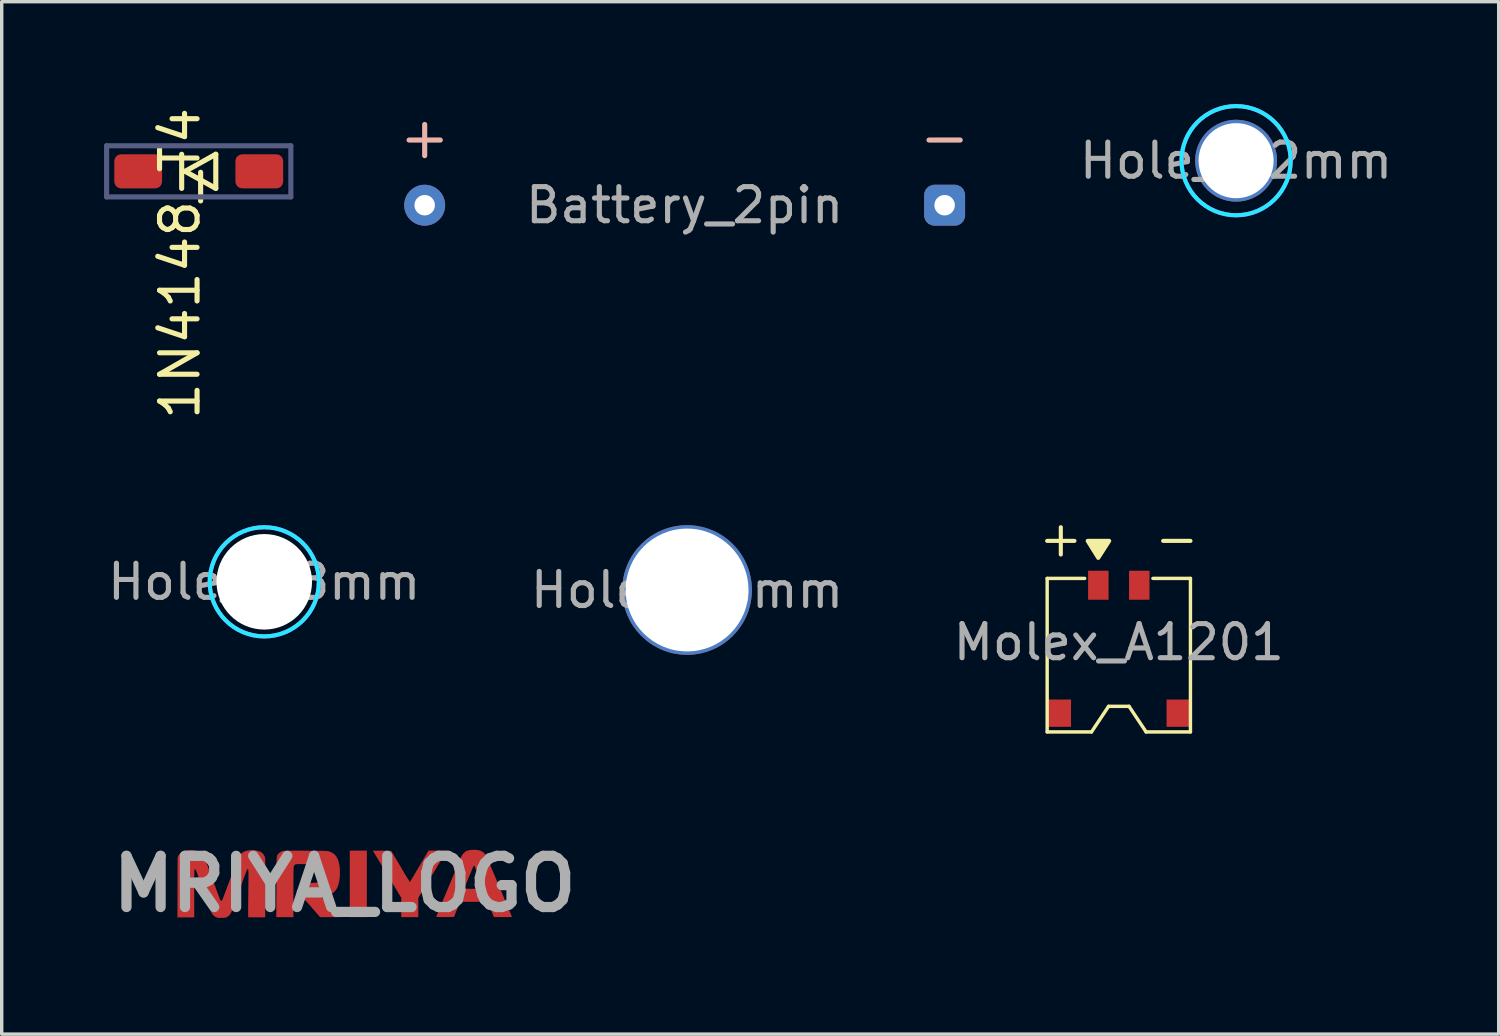
<source format=kicad_pcb>
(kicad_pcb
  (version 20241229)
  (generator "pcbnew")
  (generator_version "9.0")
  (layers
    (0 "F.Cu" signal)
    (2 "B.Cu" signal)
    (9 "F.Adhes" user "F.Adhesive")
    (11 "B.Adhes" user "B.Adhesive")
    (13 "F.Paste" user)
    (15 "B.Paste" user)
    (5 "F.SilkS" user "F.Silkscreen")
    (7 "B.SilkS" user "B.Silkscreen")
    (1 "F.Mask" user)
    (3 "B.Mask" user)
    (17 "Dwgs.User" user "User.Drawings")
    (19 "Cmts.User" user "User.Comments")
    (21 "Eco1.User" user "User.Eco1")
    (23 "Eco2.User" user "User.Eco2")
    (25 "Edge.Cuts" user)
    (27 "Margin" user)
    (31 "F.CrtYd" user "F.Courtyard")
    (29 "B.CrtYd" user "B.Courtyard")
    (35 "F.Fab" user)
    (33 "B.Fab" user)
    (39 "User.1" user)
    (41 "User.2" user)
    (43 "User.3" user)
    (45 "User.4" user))
  (footprint "Battery_2pin"
    (layer "F.Cu")
    (at 17.018 2.965)
    (property "Reference" "Battery_2pin" (at 0 0 0) (layer "F.Fab") (effects (font (size 1 1) (thickness 0.15))))
    (attr through_hole)
    (fp_text user "-" (at 7.62 -2 0) (unlocked yes) (layer "B.SilkS") (effects (font (size 1.2 1.2) (thickness 0.15)) (justify mirror)))
    (fp_text user "+" (at -7.62 -2 0) (unlocked yes) (layer "B.SilkS") (effects (font (size 1.2 1.2) (thickness 0.15)) (justify mirror)))
    (pad "1" thru_hole oval (at -7.62 0) (size 1.2 1.2) (drill 0.6) (layers "*.Cu" "B.Mask"))
    (pad "2" thru_hole roundrect (at 7.62 0) (size 1.2 1.2) (drill 0.6) (layers "*.Cu" "B.Mask") (roundrect_rratio 0.25)))
  (footprint "Hole_2.2mm"
    (layer "F.Cu")
    (at 33.182 1.66)
    (property "Reference" "Hole_2.2mm" (at 0 0 0) (layer "F.Fab") (effects (font (size 1 1) (thickness 0.15))))
    (attr through_hole)
    (fp_circle (center 0 0) (end 0 -1.6) (stroke (width 0.12) (type solid)) (fill no) (layer "B.CrtYd"))
    (fp_circle (center 0 0) (end 0 -1.6) (stroke (width 0.12) (type solid)) (fill no) (layer "F.CrtYd"))
    (pad "" np_thru_hole circle (at 0 0 270) (size 2.4 2.4) (drill 2.2) (layers "*.Cu" "*.Mask")))
  (footprint "MRIYA_LOGO"
    (layer "F.Cu")
    (at 7.05 22.858)
    (property "Reference" "MRIYA_LOGO" (at 0 0 0) (layer "F.Fab") (effects (font (size 1.5 1.5) (thickness 0.3))))
    (attr board_only exclude_from_pos_files exclude_from_bom)
    (fp_poly (pts (xy 0.653 0) (xy 0.653 0.975) (xy 0.403 0.975) (xy 0.153 0.975) (xy 0.153 0) (xy 0.153 -0.975) (xy 0.403 -0.975) (xy 0.653 -0.975)) (stroke (width 0) (type solid)) (fill yes) (layer "F.Cu"))
    (fp_poly (pts (xy 2.967 -0.922) (xy 2.958 -0.907) (xy 2.941 -0.878) (xy 2.916 -0.837) (xy 2.884 -0.786) (xy 2.847 -0.724) (xy 2.804 -0.654) (xy 2.757 -0.576) (xy 2.706 -0.491) (xy 2.651 -0.401) (xy 2.595 -0.308) (xy 2.548 -0.23) (xy 2.161 0.408) (xy 2.161 0.692) (xy 2.161 0.975) (xy 1.911 0.975) (xy 1.661 0.975) (xy 1.661 0.692) (xy 1.661 0.408) (xy 1.246 -0.279) (xy 1.186 -0.378) (xy 1.129 -0.472) (xy 1.076 -0.562) (xy 1.025 -0.645) (xy 0.98 -0.721) (xy 0.939 -0.789) (xy 0.904 -0.847) (xy 0.875 -0.896) (xy 0.853 -0.933) (xy 0.838 -0.958) (xy 0.831 -0.97) (xy 0.831 -0.971) (xy 0.839 -0.972) (xy 0.862 -0.973) (xy 0.898 -0.973) (xy 0.945 -0.973) (xy 1 -0.973) (xy 1.063 -0.973) (xy 1.099 -0.973) (xy 1.366 -0.97) (xy 1.638 -0.511) (xy 1.685 -0.43) (xy 1.73 -0.354) (xy 1.772 -0.284) (xy 1.81 -0.222) (xy 1.843 -0.167) (xy 1.871 -0.122) (xy 1.893 -0.087) (xy 1.907 -0.064) (xy 1.914 -0.055) (xy 1.915 -0.055) (xy 1.92 -0.062) (xy 1.933 -0.084) (xy 1.953 -0.117) (xy 1.98 -0.161) (xy 2.012 -0.215) (xy 2.049 -0.277) (xy 2.09 -0.346) (xy 2.135 -0.421) (xy 2.182 -0.501) (xy 2.191 -0.517) (xy 2.461 -0.975) (xy 2.731 -0.975) (xy 3 -0.975)) (stroke (width 0) (type solid)) (fill yes) (layer "F.Cu"))
    (fp_poly (pts (xy 3.845 -0.998) (xy 3.916 -0.989) (xy 3.978 -0.974) (xy 3.978 -0.974) (xy 4.039 -0.945) (xy 4.093 -0.902) (xy 4.137 -0.847) (xy 4.151 -0.825) (xy 4.156 -0.813) (xy 4.168 -0.786) (xy 4.185 -0.747) (xy 4.207 -0.695) (xy 4.233 -0.633) (xy 4.264 -0.562) (xy 4.298 -0.482) (xy 4.334 -0.395) (xy 4.374 -0.302) (xy 4.415 -0.205) (xy 4.457 -0.104) (xy 4.5 -0.002) (xy 4.544 0.102) (xy 4.588 0.205) (xy 4.63 0.306) (xy 4.672 0.405) (xy 4.712 0.499) (xy 4.749 0.589) (xy 4.784 0.671) (xy 4.815 0.746) (xy 4.843 0.812) (xy 4.866 0.868) (xy 4.884 0.912) (xy 4.897 0.944) (xy 4.903 0.96) (xy 4.904 0.964) (xy 4.901 0.968) (xy 4.894 0.97) (xy 4.879 0.972) (xy 4.856 0.973) (xy 4.823 0.973) (xy 4.778 0.974) (xy 4.72 0.973) (xy 4.646 0.973) (xy 4.644 0.973) (xy 4.378 0.97) (xy 4.29 0.748) (xy 4.202 0.525) (xy 3.793 0.525) (xy 3.383 0.525) (xy 3.295 0.748) (xy 3.207 0.97) (xy 2.947 0.973) (xy 2.868 0.973) (xy 2.804 0.973) (xy 2.756 0.972) (xy 2.721 0.971) (xy 2.699 0.969) (xy 2.688 0.967) (xy 2.687 0.965) (xy 2.69 0.956) (xy 2.699 0.933) (xy 2.714 0.896) (xy 2.734 0.848) (xy 2.758 0.788) (xy 2.787 0.719) (xy 2.819 0.642) (xy 2.854 0.557) (xy 2.891 0.466) (xy 2.931 0.371) (xy 2.972 0.272) (xy 3.014 0.171) (xy 3.027 0.139) (xy 3.509 0.139) (xy 3.517 0.14) (xy 3.54 0.142) (xy 3.576 0.142) (xy 3.623 0.143) (xy 3.68 0.144) (xy 3.743 0.144) (xy 3.793 0.144) (xy 3.87 0.144) (xy 3.932 0.144) (xy 3.98 0.144) (xy 4.015 0.143) (xy 4.041 0.142) (xy 4.058 0.14) (xy 4.068 0.138) (xy 4.072 0.135) (xy 4.073 0.131) (xy 4.072 0.127) (xy 4.067 0.112) (xy 4.056 0.085) (xy 4.041 0.047) (xy 4.022 -0.001) (xy 4 -0.055) (xy 3.976 -0.115) (xy 3.951 -0.177) (xy 3.925 -0.239) (xy 3.9 -0.3) (xy 3.877 -0.358) (xy 3.855 -0.41) (xy 3.836 -0.455) (xy 3.822 -0.49) (xy 3.812 -0.512) (xy 3.808 -0.521) (xy 3.798 -0.538) (xy 3.782 -0.521) (xy 3.776 -0.511) (xy 3.765 -0.487) (xy 3.75 -0.452) (xy 3.73 -0.407) (xy 3.708 -0.354) (xy 3.684 -0.296) (xy 3.658 -0.235) (xy 3.632 -0.172) (xy 3.606 -0.109) (xy 3.582 -0.05) (xy 3.56 0.005) (xy 3.541 0.053) (xy 3.525 0.093) (xy 3.514 0.122) (xy 3.509 0.137) (xy 3.509 0.139) (xy 3.027 0.139) (xy 3.057 0.068) (xy 3.1 -0.034) (xy 3.142 -0.135) (xy 3.183 -0.234) (xy 3.223 -0.329) (xy 3.261 -0.419) (xy 3.296 -0.503) (xy 3.328 -0.579) (xy 3.357 -0.648) (xy 3.382 -0.706) (xy 3.402 -0.754) (xy 3.418 -0.789) (xy 3.427 -0.811) (xy 3.43 -0.817) (xy 3.456 -0.859) (xy 3.49 -0.899) (xy 3.528 -0.934) (xy 3.565 -0.96) (xy 3.575 -0.965) (xy 3.631 -0.983) (xy 3.698 -0.994) (xy 3.771 -0.999)) (stroke (width 0) (type solid)) (fill yes) (layer "F.Cu"))
    (fp_poly (pts (xy -1.419 -0.974) (xy -1.326 -0.973) (xy -1.218 -0.973) (xy -1.139 -0.972) (xy -1.018 -0.972) (xy -0.913 -0.971) (xy -0.822 -0.971) (xy -0.744 -0.97) (xy -0.678 -0.969) (xy -0.622 -0.968) (xy -0.576 -0.966) (xy -0.538 -0.964) (xy -0.507 -0.961) (xy -0.482 -0.958) (xy -0.46 -0.954) (xy -0.442 -0.949) (xy -0.426 -0.943) (xy -0.41 -0.936) (xy -0.393 -0.928) (xy -0.378 -0.92) (xy -0.322 -0.887) (xy -0.276 -0.845) (xy -0.239 -0.797) (xy -0.203 -0.73) (xy -0.174 -0.649) (xy -0.153 -0.556) (xy -0.14 -0.451) (xy -0.136 -0.337) (xy -0.136 -0.335) (xy -0.14 -0.205) (xy -0.154 -0.09) (xy -0.177 0.012) (xy -0.209 0.1) (xy -0.25 0.173) (xy -0.291 0.223) (xy -0.34 0.267) (xy -0.395 0.299) (xy -0.458 0.321) (xy -0.531 0.334) (xy -0.616 0.339) (xy -0.625 0.339) (xy -0.663 0.339) (xy -0.694 0.341) (xy -0.714 0.343) (xy -0.72 0.345) (xy -0.715 0.352) (xy -0.698 0.37) (xy -0.671 0.398) (xy -0.636 0.434) (xy -0.594 0.477) (xy -0.544 0.527) (xy -0.49 0.582) (xy -0.431 0.641) (xy -0.409 0.663) (xy -0.098 0.975) (xy -0.408 0.975) (xy -0.718 0.975) (xy -0.938 0.723) (xy -0.989 0.664) (xy -1.039 0.606) (xy -1.087 0.552) (xy -1.131 0.502) (xy -1.169 0.459) (xy -1.199 0.426) (xy -1.22 0.403) (xy -1.221 0.402) (xy -1.25 0.368) (xy -1.278 0.333) (xy -1.3 0.302) (xy -1.309 0.287) (xy -1.322 0.262) (xy -1.33 0.24) (xy -1.333 0.214) (xy -1.335 0.179) (xy -1.335 0.17) (xy -1.332 0.117) (xy -1.324 0.077) (xy -1.308 0.047) (xy -1.283 0.024) (xy -1.251 0.005) (xy -1.234 -0.003) (xy -1.22 -0.009) (xy -1.204 -0.014) (xy -1.185 -0.017) (xy -1.159 -0.02) (xy -1.125 -0.022) (xy -1.08 -0.024) (xy -1.021 -0.025) (xy -1.01 -0.026) (xy -0.936 -0.028) (xy -0.878 -0.031) (xy -0.832 -0.035) (xy -0.796 -0.041) (xy -0.769 -0.048) (xy -0.747 -0.057) (xy -0.729 -0.069) (xy -0.715 -0.082) (xy -0.691 -0.113) (xy -0.674 -0.153) (xy -0.663 -0.203) (xy -0.658 -0.266) (xy -0.657 -0.305) (xy -0.659 -0.371) (xy -0.664 -0.423) (xy -0.674 -0.465) (xy -0.689 -0.498) (xy -0.711 -0.525) (xy -0.724 -0.539) (xy -0.738 -0.55) (xy -0.753 -0.559) (xy -0.772 -0.566) (xy -0.795 -0.571) (xy -0.826 -0.575) (xy -0.866 -0.578) (xy -0.916 -0.579) (xy -0.978 -0.58) (xy -1.053 -0.58) (xy -1.124 -0.581) (xy -1.205 -0.581) (xy -1.27 -0.58) (xy -1.321 -0.58) (xy -1.361 -0.579) (xy -1.391 -0.578) (xy -1.413 -0.577) (xy -1.429 -0.574) (xy -1.44 -0.572) (xy -1.447 -0.568) (xy -1.454 -0.563) (xy -1.455 -0.563) (xy -1.475 -0.542) (xy -1.489 -0.516) (xy -1.489 -0.516) (xy -1.491 -0.506) (xy -1.493 -0.487) (xy -1.494 -0.457) (xy -1.495 -0.417) (xy -1.496 -0.366) (xy -1.497 -0.302) (xy -1.498 -0.225) (xy -1.499 -0.135) (xy -1.499 -0.029) (xy -1.499 0.091) (xy -1.5 0.228) (xy -1.5 0.244) (xy -1.5 0.975) (xy -1.75 0.975) (xy -2.001 0.975) (xy -1.998 0.1) (xy -1.998 -0.046) (xy -1.998 -0.175) (xy -1.997 -0.289) (xy -1.997 -0.389) (xy -1.996 -0.477) (xy -1.995 -0.552) (xy -1.994 -0.616) (xy -1.993 -0.671) (xy -1.991 -0.716) (xy -1.988 -0.754) (xy -1.985 -0.784) (xy -1.981 -0.808) (xy -1.977 -0.828) (xy -1.971 -0.843) (xy -1.965 -0.855) (xy -1.957 -0.866) (xy -1.949 -0.875) (xy -1.939 -0.884) (xy -1.929 -0.895) (xy -1.923 -0.9) (xy -1.894 -0.925) (xy -1.865 -0.943) (xy -1.827 -0.957) (xy -1.825 -0.958) (xy -1.813 -0.961) (xy -1.802 -0.964) (xy -1.789 -0.966) (xy -1.775 -0.968) (xy -1.756 -0.97) (xy -1.732 -0.971) (xy -1.703 -0.972) (xy -1.666 -0.973) (xy -1.62 -0.974) (xy -1.564 -0.974) (xy -1.498 -0.974)) (stroke (width 0) (type solid)) (fill yes) (layer "F.Cu"))
    (fp_poly (pts (xy -4.453 -0.989) (xy -4.394 -0.983) (xy -4.374 -0.979) (xy -4.3 -0.953) (xy -4.233 -0.914) (xy -4.173 -0.863) (xy -4.126 -0.804) (xy -4.102 -0.761) (xy -4.095 -0.744) (xy -4.083 -0.713) (xy -4.066 -0.669) (xy -4.045 -0.613) (xy -4.02 -0.546) (xy -3.992 -0.471) (xy -3.962 -0.388) (xy -3.929 -0.299) (xy -3.895 -0.206) (xy -3.865 -0.125) (xy -3.831 -0.03) (xy -3.797 0.061) (xy -3.766 0.146) (xy -3.737 0.224) (xy -3.711 0.294) (xy -3.689 0.355) (xy -3.67 0.404) (xy -3.656 0.441) (xy -3.647 0.465) (xy -3.643 0.474) (xy -3.625 0.493) (xy -3.606 0.495) (xy -3.592 0.485) (xy -3.587 0.475) (xy -3.576 0.45) (xy -3.561 0.412) (xy -3.541 0.361) (xy -3.517 0.3) (xy -3.491 0.229) (xy -3.461 0.149) (xy -3.429 0.063) (xy -3.395 -0.029) (xy -3.359 -0.126) (xy -3.356 -0.135) (xy -3.32 -0.233) (xy -3.285 -0.327) (xy -3.252 -0.416) (xy -3.222 -0.499) (xy -3.194 -0.573) (xy -3.169 -0.639) (xy -3.148 -0.694) (xy -3.131 -0.737) (xy -3.119 -0.767) (xy -3.113 -0.782) (xy -3.112 -0.782) (xy -3.068 -0.849) (xy -3.014 -0.902) (xy -2.951 -0.942) (xy -2.877 -0.97) (xy -2.791 -0.986) (xy -2.75 -0.989) (xy -2.655 -0.988) (xy -2.569 -0.976) (xy -2.494 -0.953) (xy -2.464 -0.939) (xy -2.421 -0.912) (xy -2.389 -0.88) (xy -2.361 -0.839) (xy -2.348 -0.814) (xy -2.326 -0.767) (xy -2.326 0.106) (xy -2.326 0.979) (xy -2.572 0.981) (xy -2.635 0.981) (xy -2.692 0.981) (xy -2.742 0.981) (xy -2.782 0.98) (xy -2.81 0.978) (xy -2.823 0.977) (xy -2.824 0.976) (xy -2.825 0.967) (xy -2.826 0.942) (xy -2.826 0.902) (xy -2.826 0.85) (xy -2.826 0.785) (xy -2.826 0.71) (xy -2.826 0.626) (xy -2.825 0.534) (xy -2.824 0.435) (xy -2.822 0.331) (xy -2.822 0.286) (xy -2.82 0.159) (xy -2.819 0.048) (xy -2.818 -0.048) (xy -2.817 -0.131) (xy -2.816 -0.201) (xy -2.816 -0.259) (xy -2.817 -0.307) (xy -2.818 -0.345) (xy -2.819 -0.374) (xy -2.821 -0.396) (xy -2.823 -0.412) (xy -2.826 -0.422) (xy -2.83 -0.428) (xy -2.834 -0.431) (xy -2.839 -0.432) (xy -2.839 -0.432) (xy -2.849 -0.426) (xy -2.861 -0.412) (xy -2.866 -0.4) (xy -2.876 -0.375) (xy -2.891 -0.335) (xy -2.91 -0.284) (xy -2.933 -0.222) (xy -2.959 -0.151) (xy -2.988 -0.071) (xy -3.019 0.015) (xy -3.052 0.106) (xy -3.082 0.188) (xy -3.116 0.284) (xy -3.15 0.377) (xy -3.182 0.465) (xy -3.211 0.546) (xy -3.238 0.62) (xy -3.262 0.685) (xy -3.282 0.739) (xy -3.298 0.781) (xy -3.309 0.809) (xy -3.314 0.822) (xy -3.349 0.884) (xy -3.387 0.931) (xy -3.432 0.964) (xy -3.449 0.973) (xy -3.472 0.983) (xy -3.495 0.99) (xy -3.522 0.994) (xy -3.558 0.996) (xy -3.593 0.997) (xy -3.634 0.997) (xy -3.669 0.997) (xy -3.696 0.996) (xy -3.708 0.995) (xy -3.771 0.973) (xy -3.822 0.943) (xy -3.863 0.902) (xy -3.899 0.847) (xy -3.903 0.838) (xy -3.91 0.823) (xy -3.922 0.793) (xy -3.938 0.75) (xy -3.959 0.695) (xy -3.983 0.629) (xy -4.01 0.554) (xy -4.04 0.472) (xy -4.072 0.383) (xy -4.106 0.288) (xy -4.14 0.192) (xy -4.175 0.095) (xy -4.208 0.003) (xy -4.24 -0.084) (xy -4.269 -0.163) (xy -4.295 -0.235) (xy -4.318 -0.296) (xy -4.337 -0.347) (xy -4.353 -0.386) (xy -4.363 -0.412) (xy -4.368 -0.422) (xy -4.368 -0.422) (xy -4.38 -0.432) (xy -4.389 -0.428) (xy -4.395 -0.42) (xy -4.397 -0.415) (xy -4.399 -0.406) (xy -4.401 -0.391) (xy -4.402 -0.37) (xy -4.403 -0.342) (xy -4.404 -0.305) (xy -4.405 -0.259) (xy -4.406 -0.202) (xy -4.406 -0.133) (xy -4.407 -0.052) (xy -4.407 0.043) (xy -4.407 0.152) (xy -4.407 0.278) (xy -4.407 0.29) (xy -4.407 0.983) (xy -4.653 0.983) (xy -4.899 0.983) (xy -4.897 0.104) (xy -4.894 -0.775) (xy -4.875 -0.818) (xy -4.842 -0.87) (xy -4.798 -0.913) (xy -4.74 -0.947) (xy -4.668 -0.972) (xy -4.638 -0.979) (xy -4.581 -0.987) (xy -4.517 -0.991)) (stroke (width 0) (type solid)) (fill yes) (layer "F.Cu")))
  (footprint "1N4148_T4"
    (layer "F.Cu")
    (at 2.775 1.972)
    (property "Reference" "1N4148_T4" (at -0.55 2.7 270) (layer "F.SilkS") (effects (font (size 1.1 1.1) (thickness 0.15))))
    (attr smd)
    (fp_line (start -0.5 -0.5) (end -0.5 0.5) (stroke (width 0.15) (type solid)) (layer "F.SilkS"))
    (fp_line (start -0.4 0) (end 0.5 -0.5) (stroke (width 0.15) (type solid)) (layer "F.SilkS"))
    (fp_line (start 0.5 -0.5) (end 0.5 0.5) (stroke (width 0.15) (type solid)) (layer "F.SilkS"))
    (fp_line (start 0.5 0.5) (end -0.4 0) (stroke (width 0.15) (type solid)) (layer "F.SilkS"))
    (fp_line (start -2.7 -0.75) (end -2.7 0.75) (stroke (width 0.15) (type solid)) (layer "B.Fab"))
    (fp_line (start -2.7 0.75) (end 2.7 0.75) (stroke (width 0.15) (type solid)) (layer "B.Fab"))
    (fp_line (start 2.7 -0.75) (end -2.7 -0.75) (stroke (width 0.15) (type solid)) (layer "B.Fab"))
    (fp_line (start 2.7 -0.75) (end 2.7 0.75) (stroke (width 0.15) (type solid)) (layer "B.Fab"))
    (pad "1" smd roundrect (at -1.775 0) (size 1.4 1) (layers "F.Cu" "F.Mask" "F.Paste") (roundrect_rratio 0.2))
    (pad "2" smd roundrect (at 1.775 0) (size 1.4 1) (layers "F.Cu" "F.Mask" "F.Paste") (roundrect_rratio 0.2)))
  (footprint "Molex_A1201"
    (layer "F.Cu")
    (at 29.744 13.904)
    (property "Reference" "Molex_A1201" (at 0 1.87 0) (layer "F.Fab") (effects (font (size 1 1) (thickness 0.15))))
    (attr through_hole)
    (fp_line (start -2.1 -1.1) (end -1.3 -1.1) (stroke (width 0.12) (type solid)) (layer "F.SilkS"))
    (fp_line (start -2.1 0) (end -2.1 4.5) (stroke (width 0.1) (type solid)) (layer "F.SilkS"))
    (fp_line (start -2.1 0) (end -1 0) (stroke (width 0.1) (type solid)) (layer "F.SilkS"))
    (fp_line (start -2.1 4.5) (end -0.8 4.5) (stroke (width 0.1) (type solid)) (layer "F.SilkS"))
    (fp_line (start -1.7 -1.1) (end -1.7 -1.5) (stroke (width 0.12) (type solid)) (layer "F.SilkS"))
    (fp_line (start -1.7 -1.1) (end -1.7 -0.7) (stroke (width 0.12) (type solid)) (layer "F.SilkS"))
    (fp_line (start -0.8 4.5) (end -0.3 3.75) (stroke (width 0.1) (type solid)) (layer "F.SilkS"))
    (fp_line (start -0.3 3.75) (end 0.3 3.75) (stroke (width 0.1) (type solid)) (layer "F.SilkS"))
    (fp_line (start 0.3 3.75) (end 0.8 4.5) (stroke (width 0.1) (type solid)) (layer "F.SilkS"))
    (fp_line (start 0.8 4.5) (end 2.1 4.5) (stroke (width 0.1) (type solid)) (layer "F.SilkS"))
    (fp_line (start 1 0) (end 2.1 0) (stroke (width 0.1) (type solid)) (layer "F.SilkS"))
    (fp_line (start 1.3 -1.1) (end 2.1 -1.1) (stroke (width 0.12) (type solid)) (layer "F.SilkS"))
    (fp_line (start 2.1 0) (end 2.1 4.5) (stroke (width 0.1) (type solid)) (layer "F.SilkS"))
    (fp_poly (pts (xy -0.602 -0.602) (xy -0.912 -1.1) (xy -0.282 -1.1)) (stroke (width 0.12) (type solid)) (fill yes) (layer "F.SilkS"))
    (pad "" smd rect (at -1.75 3.95) (size 0.7 0.8) (layers "F.Cu" "F.Mask" "F.Paste"))
    (pad "" smd rect (at 1.75 3.95) (size 0.7 0.8) (layers "F.Cu" "F.Mask" "F.Paste"))
    (pad "1" smd rect (at -0.6 0.2) (size 0.6 0.85) (layers "F.Cu" "F.Mask" "F.Paste"))
    (pad "2" smd rect (at 0.6 0.2) (size 0.6 0.85) (layers "F.Cu" "F.Mask" "F.Paste")))
  (footprint "Hole_3.6mm"
    (layer "F.Cu")
    (at 17.089 14.244)
    (property "Reference" "Hole_3.6mm" (at 0 0 0) (layer "F.Fab") (effects (font (size 1 1) (thickness 0.15))))
    (attr through_hole)
    (pad "" np_thru_hole circle (at 0 0 270) (size 3.8 3.8) (drill 3.6) (layers "*.Cu" "*.Mask")))
  (footprint "Hole_2.8mm"
    (layer "F.Cu")
    (at 4.696 14.004)
    (property "Reference" "Hole_2.8mm" (at 0 0 0) (layer "F.Fab") (effects (font (size 1 1) (thickness 0.15))))
    (attr through_hole)
    (fp_circle (center 0 0) (end 0 -1.6) (stroke (width 0.12) (type solid)) (fill no) (layer "B.CrtYd"))
    (fp_circle (center 0 0) (end 0 -1.6) (stroke (width 0.12) (type solid)) (fill no) (layer "F.CrtYd"))
    (pad "" np_thru_hole circle (at 0 0 270) (size 2.8 2.8) (drill 2.8) (layers "*.Cu" "*.Mask")))
  (gr_rect
    (start -3 -3)
    (end 40.879 27.262)
    (stroke (width 0.1) (type default))
    (fill no)
    (layer "Edge.Cuts")))
</source>
